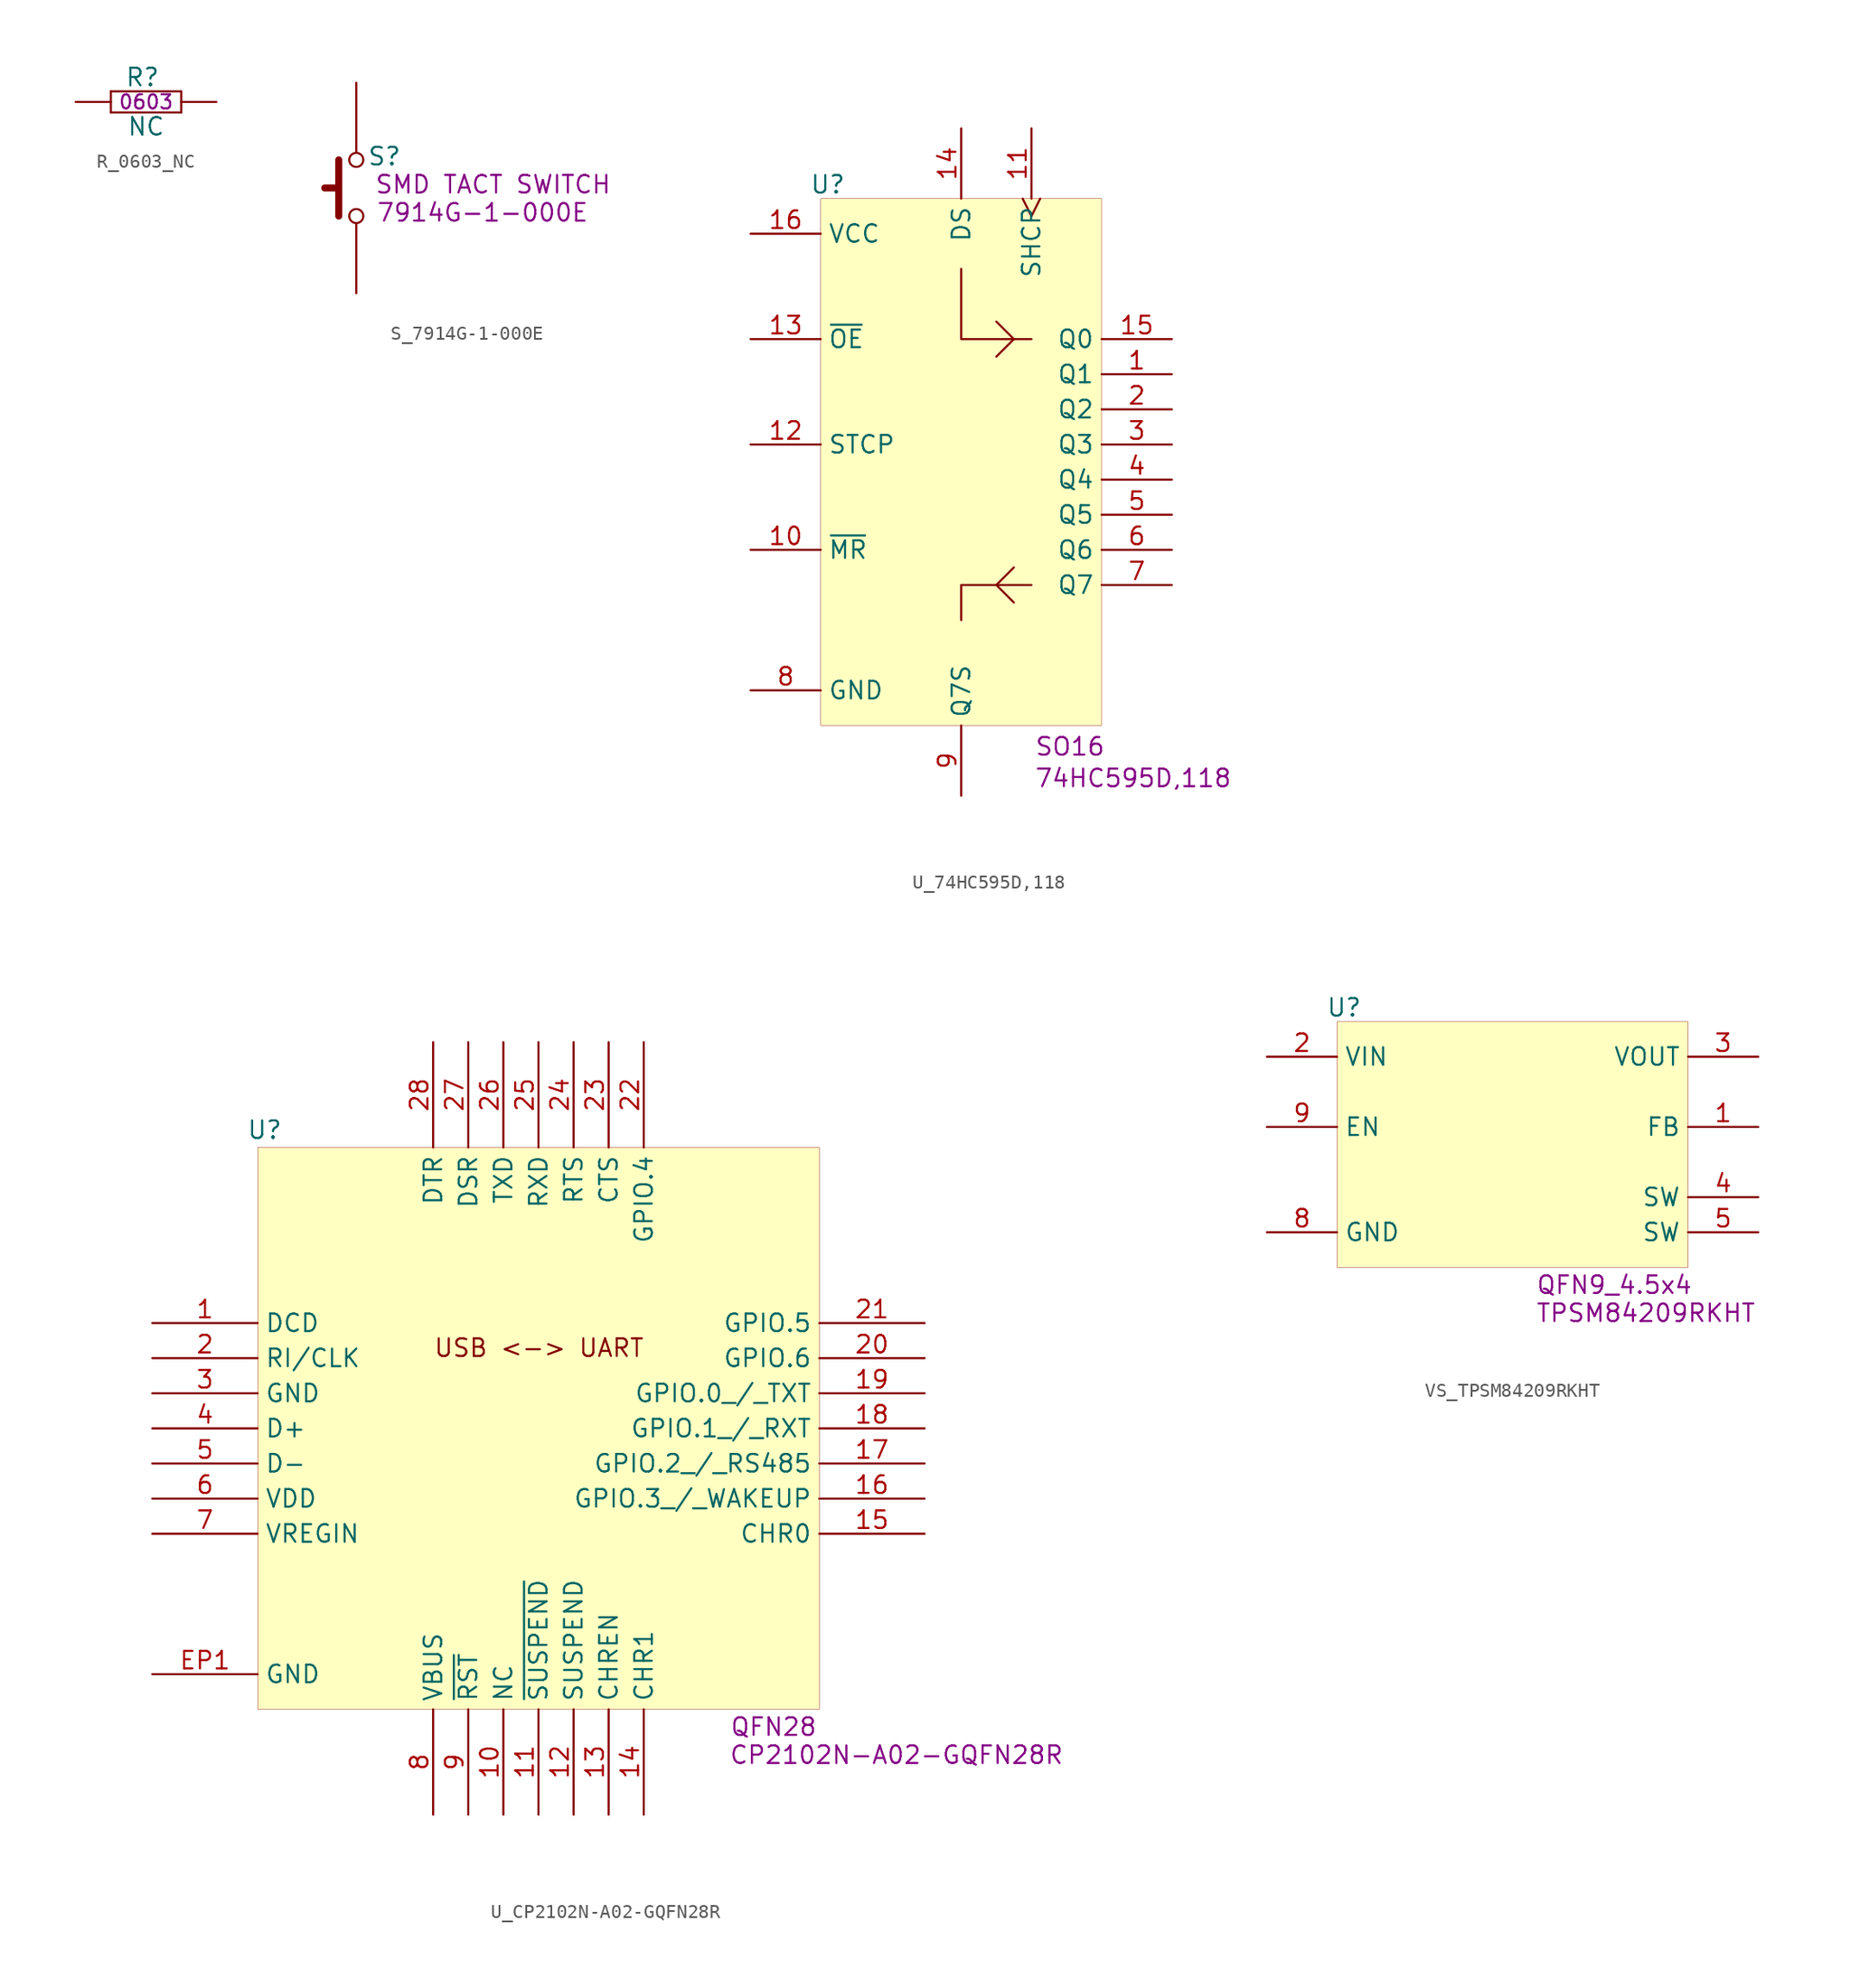
<source format=kicad_sym>
(kicad_symbol_lib
  (version 20241209)
  (generator "kicad_symbol_editor")
  (generator_version "9.0")
  (symbol "R_0603_NC"
    (pin_numbers
      (hide yes))
    (pin_names
      (hide yes))
    (property "Reference" "R"
      (at 4.826 1.778 0)
      (effects (font (size 1.27 1.27))))
    (property "Value" "NC"
      (at 5.08 -1.778 0)
      (effects (font (size 1.27 1.27))))
    (property "SCH_FOOTPRINT" "0603"
      (at 5.08 0 0)
      (effects (font (size 1.016 1.016))))
    (symbol "R_0603_NC_1_0"
      (polyline (pts (xy 2.54 0.762) (xy 2.54 -0.762)) (stroke (width 0) (type solid)) (fill (type none)))
      (polyline (pts (xy 2.54 0.762) (xy 7.62 0.762)) (stroke (width 0) (type solid)) (fill (type none)))
      (polyline (pts (xy 2.54 -0.762) (xy 7.62 -0.762)) (stroke (width 0) (type solid)) (fill (type none)))
      (polyline (pts (xy 7.62 0.762) (xy 7.62 -0.762)) (stroke (width 0) (type solid)) (fill (type none)))
      (pin passive line (at 0 0 0) (length 2.54) (name "1" (effects (font (size 1.27 1.27)))) (number "1" (effects (font (size 1.27 1.27)))))
      (pin passive line (at 10.16 0 180) (length 2.54) (name "2" (effects (font (size 1.27 1.27)))) (number "2" (effects (font (size 1.27 1.27)))))))
  (symbol "S_7914G-1-000E"
    (pin_numbers
      (hide yes))
    (pin_names
      (hide yes))
    (property "Reference" "S"
      (at 2.032 4.826 0)
      (effects (font (size 1.27 1.27))))
    (property "Value" ""
      (at 0 0 0)
      (effects (font (size 1.27 1.27))))
    (property "Manufacturer Part Number" "7914G-1-000E"
      (at 9.144 0.762 0)
      (effects (font (size 1.27 1.27))))
    (property "SCH_FOOTPRINT" "SMD TACT SWITCH"
      (at 9.906 2.794 0)
      (effects (font (size 1.27 1.27))))
    (symbol "S_7914G-1-000E_1_0"
      (polyline (pts (xy -1.27 2.54) (xy -2.286 2.54)) (stroke (width 0.508) (type solid)) (fill (type none)))
      (polyline (pts (xy -1.27 0.508) (xy -1.27 4.572)) (stroke (width 0.508) (type solid)) (fill (type none)))
      (circle (center 0 4.572) (radius 0.508) (stroke (width 0) (type solid)) (fill (type none)))
      (circle (center 0 0.508) (radius 0.508) (stroke (width 0) (type solid)) (fill (type none)))
      (pin passive line (at 0 10.16 270) (length 5.08) (name "2" (effects (font (size 1.27 1.27)))) (number "2" (effects (font (size 1.27 1.27)))))
      (pin passive line (at 0 -5.08 90) (length 5.08) (name "1" (effects (font (size 1.27 1.27)))) (number "1" (effects (font (size 1.27 1.27)))))))
  (symbol "U_74HC595D,118"
    (property "Reference" "U"
      (at 0.508 3.556 0)
      (effects (font (size 1.27 1.27))))
    (property "Value" ""
      (at 0 0 0)
      (effects (font (size 1.27 1.27))))
    (property "Manufacturer Part Number" "74HC595D,118"
      (at 22.606 -39.37 0)
      (effects (font (size 1.27 1.27))))
    (property "SCH_FOOTPRINT" "SO16"
      (at 18.034 -37.084 0)
      (effects (font (size 1.27 1.27))))
    (symbol "U_74HC595D,118_1_0"
      (rectangle (start 0 2.54) (end 20.32 -35.56) (stroke (width 0.025) (type solid) (color 128 0 0 1)) (fill (type background)))
      (polyline (pts (xy 10.16 -2.54) (xy 10.16 -7.62) (xy 15.24 -7.62)) (stroke (width 0) (type solid)) (fill (type none)))
      (polyline (pts (xy 12.7 -6.35) (xy 13.97 -7.62) (xy 12.7 -8.89)) (stroke (width 0) (type solid)) (fill (type none)))
      (polyline (pts (xy 13.97 -24.13) (xy 12.7 -25.4) (xy 13.97 -26.67)) (stroke (width 0) (type solid)) (fill (type none)))
      (polyline (pts (xy 15.24 -25.4) (xy 10.16 -25.4) (xy 10.16 -27.94)) (stroke (width 0) (type solid)) (fill (type none)))
      (pin passive line (at -5.08 0 0) (length 5.08) (name "VCC" (effects (font (size 1.27 1.27)))) (number "16" (effects (font (size 1.27 1.27)))))
      (pin passive line (at -5.08 -7.62 0) (length 5.08) (name "~{OE}" (effects (font (size 1.27 1.27)))) (number "13" (effects (font (size 1.27 1.27)))))
      (pin passive line (at -5.08 -15.24 0) (length 5.08) (name "STCP" (effects (font (size 1.27 1.27)))) (number "12" (effects (font (size 1.27 1.27)))))
      (pin passive line (at -5.08 -22.86 0) (length 5.08) (name "~{MR}" (effects (font (size 1.27 1.27)))) (number "10" (effects (font (size 1.27 1.27)))))
      (pin passive line (at -5.08 -33.02 0) (length 5.08) (name "GND" (effects (font (size 1.27 1.27)))) (number "8" (effects (font (size 1.27 1.27)))))
      (pin passive line (at 10.16 7.62 270) (length 5.08) (name "DS" (effects (font (size 1.27 1.27)))) (number "14" (effects (font (size 1.27 1.27)))))
      (pin passive line (at 10.16 -40.64 90) (length 5.08) (name "Q7S" (effects (font (size 1.27 1.27)))) (number "9" (effects (font (size 1.27 1.27)))))
      (pin passive clock (at 15.24 7.62 270) (length 5.08) (name "SHCP" (effects (font (size 1.27 1.27)))) (number "11" (effects (font (size 1.27 1.27)))))
      (pin passive line (at 25.4 -7.62 180) (length 5.08) (name "Q0" (effects (font (size 1.27 1.27)))) (number "15" (effects (font (size 1.27 1.27)))))
      (pin passive line (at 25.4 -10.16 180) (length 5.08) (name "Q1" (effects (font (size 1.27 1.27)))) (number "1" (effects (font (size 1.27 1.27)))))
      (pin passive line (at 25.4 -12.7 180) (length 5.08) (name "Q2" (effects (font (size 1.27 1.27)))) (number "2" (effects (font (size 1.27 1.27)))))
      (pin passive line (at 25.4 -15.24 180) (length 5.08) (name "Q3" (effects (font (size 1.27 1.27)))) (number "3" (effects (font (size 1.27 1.27)))))
      (pin passive line (at 25.4 -17.78 180) (length 5.08) (name "Q4" (effects (font (size 1.27 1.27)))) (number "4" (effects (font (size 1.27 1.27)))))
      (pin passive line (at 25.4 -20.32 180) (length 5.08) (name "Q5" (effects (font (size 1.27 1.27)))) (number "5" (effects (font (size 1.27 1.27)))))
      (pin passive line (at 25.4 -22.86 180) (length 5.08) (name "Q6" (effects (font (size 1.27 1.27)))) (number "6" (effects (font (size 1.27 1.27)))))
      (pin passive line (at 25.4 -25.4 180) (length 5.08) (name "Q7" (effects (font (size 1.27 1.27)))) (number "7" (effects (font (size 1.27 1.27)))))))
  (symbol "U_CP2102N-A02-GQFN28R"
    (property "Reference" "U"
      (at 0.508 1.27 0)
      (effects (font (size 1.27 1.27))))
    (property "Value" ""
      (at 0 0 0)
      (effects (font (size 1.27 1.27))))
    (property "Manufacturer Part Number" "CP2102N-A02-GQFN28R"
      (at 46.228 -43.942 0)
      (effects (font (size 1.27 1.27))))
    (property "SCH_FOOTPRINT" "QFN28"
      (at 37.338 -41.91 0)
      (effects (font (size 1.27 1.27))))
    (symbol "U_CP2102N-A02-GQFN28R_1_0"
      (rectangle (start 40.64 0) (end 0 -40.64) (stroke (width 0.025) (type solid) (color 128 0 0 1)) (fill (type background)))
      (text "USB <-> UART" (at 12.7 -15.24 0) (effects (font (size 1.27 1.27)) (justify left bottom)))
      (pin passive line (at -7.62 -12.7 0) (length 7.62) (name "DCD" (effects (font (size 1.27 1.27)))) (number "1" (effects (font (size 1.27 1.27)))))
      (pin passive line (at -7.62 -15.24 0) (length 7.62) (name "RI/CLK" (effects (font (size 1.27 1.27)))) (number "2" (effects (font (size 1.27 1.27)))))
      (pin passive line (at -7.62 -17.78 0) (length 7.62) (name "GND" (effects (font (size 1.27 1.27)))) (number "3" (effects (font (size 1.27 1.27)))))
      (pin passive line (at -7.62 -20.32 0) (length 7.62) (name "D+" (effects (font (size 1.27 1.27)))) (number "4" (effects (font (size 1.27 1.27)))))
      (pin passive line (at -7.62 -22.86 0) (length 7.62) (name "D-" (effects (font (size 1.27 1.27)))) (number "5" (effects (font (size 1.27 1.27)))))
      (pin passive line (at -7.62 -25.4 0) (length 7.62) (name "VDD" (effects (font (size 1.27 1.27)))) (number "6" (effects (font (size 1.27 1.27)))))
      (pin passive line (at -7.62 -27.94 0) (length 7.62) (name "VREGIN" (effects (font (size 1.27 1.27)))) (number "7" (effects (font (size 1.27 1.27)))))
      (pin passive line (at -7.62 -38.1 0) (length 7.62) (name "GND" (effects (font (size 1.27 1.27)))) (number "EP1" (effects (font (size 1.27 1.27)))))
      (pin passive line (at 12.7 7.62 270) (length 7.62) (name "DTR" (effects (font (size 1.27 1.27)))) (number "28" (effects (font (size 1.27 1.27)))))
      (pin passive line (at 12.7 -48.26 90) (length 7.62) (name "VBUS" (effects (font (size 1.27 1.27)))) (number "8" (effects (font (size 1.27 1.27)))))
      (pin passive line (at 15.24 7.62 270) (length 7.62) (name "DSR" (effects (font (size 1.27 1.27)))) (number "27" (effects (font (size 1.27 1.27)))))
      (pin passive line (at 15.24 -48.26 90) (length 7.62) (name "~{RST}" (effects (font (size 1.27 1.27)))) (number "9" (effects (font (size 1.27 1.27)))))
      (pin passive line (at 17.78 7.62 270) (length 7.62) (name "TXD" (effects (font (size 1.27 1.27)))) (number "26" (effects (font (size 1.27 1.27)))))
      (pin passive line (at 17.78 -48.26 90) (length 7.62) (name "NC" (effects (font (size 1.27 1.27)))) (number "10" (effects (font (size 1.27 1.27)))))
      (pin passive line (at 20.32 7.62 270) (length 7.62) (name "RXD" (effects (font (size 1.27 1.27)))) (number "25" (effects (font (size 1.27 1.27)))))
      (pin passive line (at 20.32 -48.26 90) (length 7.62) (name "~{SUSPEND}" (effects (font (size 1.27 1.27)))) (number "11" (effects (font (size 1.27 1.27)))))
      (pin passive line (at 22.86 7.62 270) (length 7.62) (name "RTS" (effects (font (size 1.27 1.27)))) (number "24" (effects (font (size 1.27 1.27)))))
      (pin passive line (at 22.86 -48.26 90) (length 7.62) (name "SUSPEND" (effects (font (size 1.27 1.27)))) (number "12" (effects (font (size 1.27 1.27)))))
      (pin passive line (at 25.4 7.62 270) (length 7.62) (name "CTS" (effects (font (size 1.27 1.27)))) (number "23" (effects (font (size 1.27 1.27)))))
      (pin passive line (at 25.4 -48.26 90) (length 7.62) (name "CHREN" (effects (font (size 1.27 1.27)))) (number "13" (effects (font (size 1.27 1.27)))))
      (pin passive line (at 27.94 7.62 270) (length 7.62) (name "GPIO.4" (effects (font (size 1.27 1.27)))) (number "22" (effects (font (size 1.27 1.27)))))
      (pin passive line (at 27.94 -48.26 90) (length 7.62) (name "CHR1" (effects (font (size 1.27 1.27)))) (number "14" (effects (font (size 1.27 1.27)))))
      (pin passive line (at 48.26 -12.7 180) (length 7.62) (name "GPIO.5" (effects (font (size 1.27 1.27)))) (number "21" (effects (font (size 1.27 1.27)))))
      (pin passive line (at 48.26 -15.24 180) (length 7.62) (name "GPIO.6" (effects (font (size 1.27 1.27)))) (number "20" (effects (font (size 1.27 1.27)))))
      (pin passive line (at 48.26 -17.78 180) (length 7.62) (name "GPIO.0_/_TXT" (effects (font (size 1.27 1.27)))) (number "19" (effects (font (size 1.27 1.27)))))
      (pin passive line (at 48.26 -20.32 180) (length 7.62) (name "GPIO.1_/_RXT" (effects (font (size 1.27 1.27)))) (number "18" (effects (font (size 1.27 1.27)))))
      (pin passive line (at 48.26 -22.86 180) (length 7.62) (name "GPIO.2_/_RS485" (effects (font (size 1.27 1.27)))) (number "17" (effects (font (size 1.27 1.27)))))
      (pin passive line (at 48.26 -25.4 180) (length 7.62) (name "GPIO.3_/_WAKEUP" (effects (font (size 1.27 1.27)))) (number "16" (effects (font (size 1.27 1.27)))))
      (pin passive line (at 48.26 -27.94 180) (length 7.62) (name "CHR0" (effects (font (size 1.27 1.27)))) (number "15" (effects (font (size 1.27 1.27)))))))
  (symbol "VS_TPSM84209RKHT"
    (property "Reference" "U"
      (at 0.508 1.016 0)
      (effects (font (size 1.27 1.27))))
    (property "Value" ""
      (at 0 0 0)
      (effects (font (size 1.27 1.27))))
    (property "Manufacturer Part Number" "TPSM84209RKHT"
      (at 22.352 -21.082 0)
      (effects (font (size 1.27 1.27))))
    (property "SCH_FOOTPRINT" "QFN9_4.5x4"
      (at 20.066 -19.05 0)
      (effects (font (size 1.27 1.27))))
    (symbol "VS_TPSM84209RKHT_1_0"
      (rectangle (start 25.4 0) (end 0 -17.78) (stroke (width 0.025) (type solid) (color 128 0 0 1)) (fill (type background)))
      (pin passive line (at -5.08 -2.54 0) (length 5.08) (name "VIN" (effects (font (size 1.27 1.27)))) (number "2" (effects (font (size 1.27 1.27)))))
      (pin passive line (at -5.08 -7.62 0) (length 5.08) (name "EN" (effects (font (size 1.27 1.27)))) (number "9" (effects (font (size 1.27 1.27)))))
      (pin passive line (at -5.08 -15.24 0) (length 5.08) (name "GND" (effects (font (size 1.27 1.27)))) (number "8" (effects (font (size 1.27 1.27)))))
      (pin passive line (at 10.16 -22.86 90) (length 5.08) (hide yes) (name "DNC" (effects (font (size 1.27 1.27)))) (number "7" (effects (font (size 1.27 1.27)))))
      (pin passive line (at 12.7 -22.86 90) (length 5.08) (hide yes) (name "DNC" (effects (font (size 1.27 1.27)))) (number "6" (effects (font (size 1.27 1.27)))))
      (pin passive line (at 30.48 -2.54 180) (length 5.08) (name "VOUT" (effects (font (size 1.27 1.27)))) (number "3" (effects (font (size 1.27 1.27)))))
      (pin passive line (at 30.48 -7.62 180) (length 5.08) (name "FB" (effects (font (size 1.27 1.27)))) (number "1" (effects (font (size 1.27 1.27)))))
      (pin passive line (at 30.48 -12.7 180) (length 5.08) (name "SW" (effects (font (size 1.27 1.27)))) (number "4" (effects (font (size 1.27 1.27)))))
      (pin passive line (at 30.48 -15.24 180) (length 5.08) (name "SW" (effects (font (size 1.27 1.27)))) (number "5" (effects (font (size 1.27 1.27))))))))
</source>
